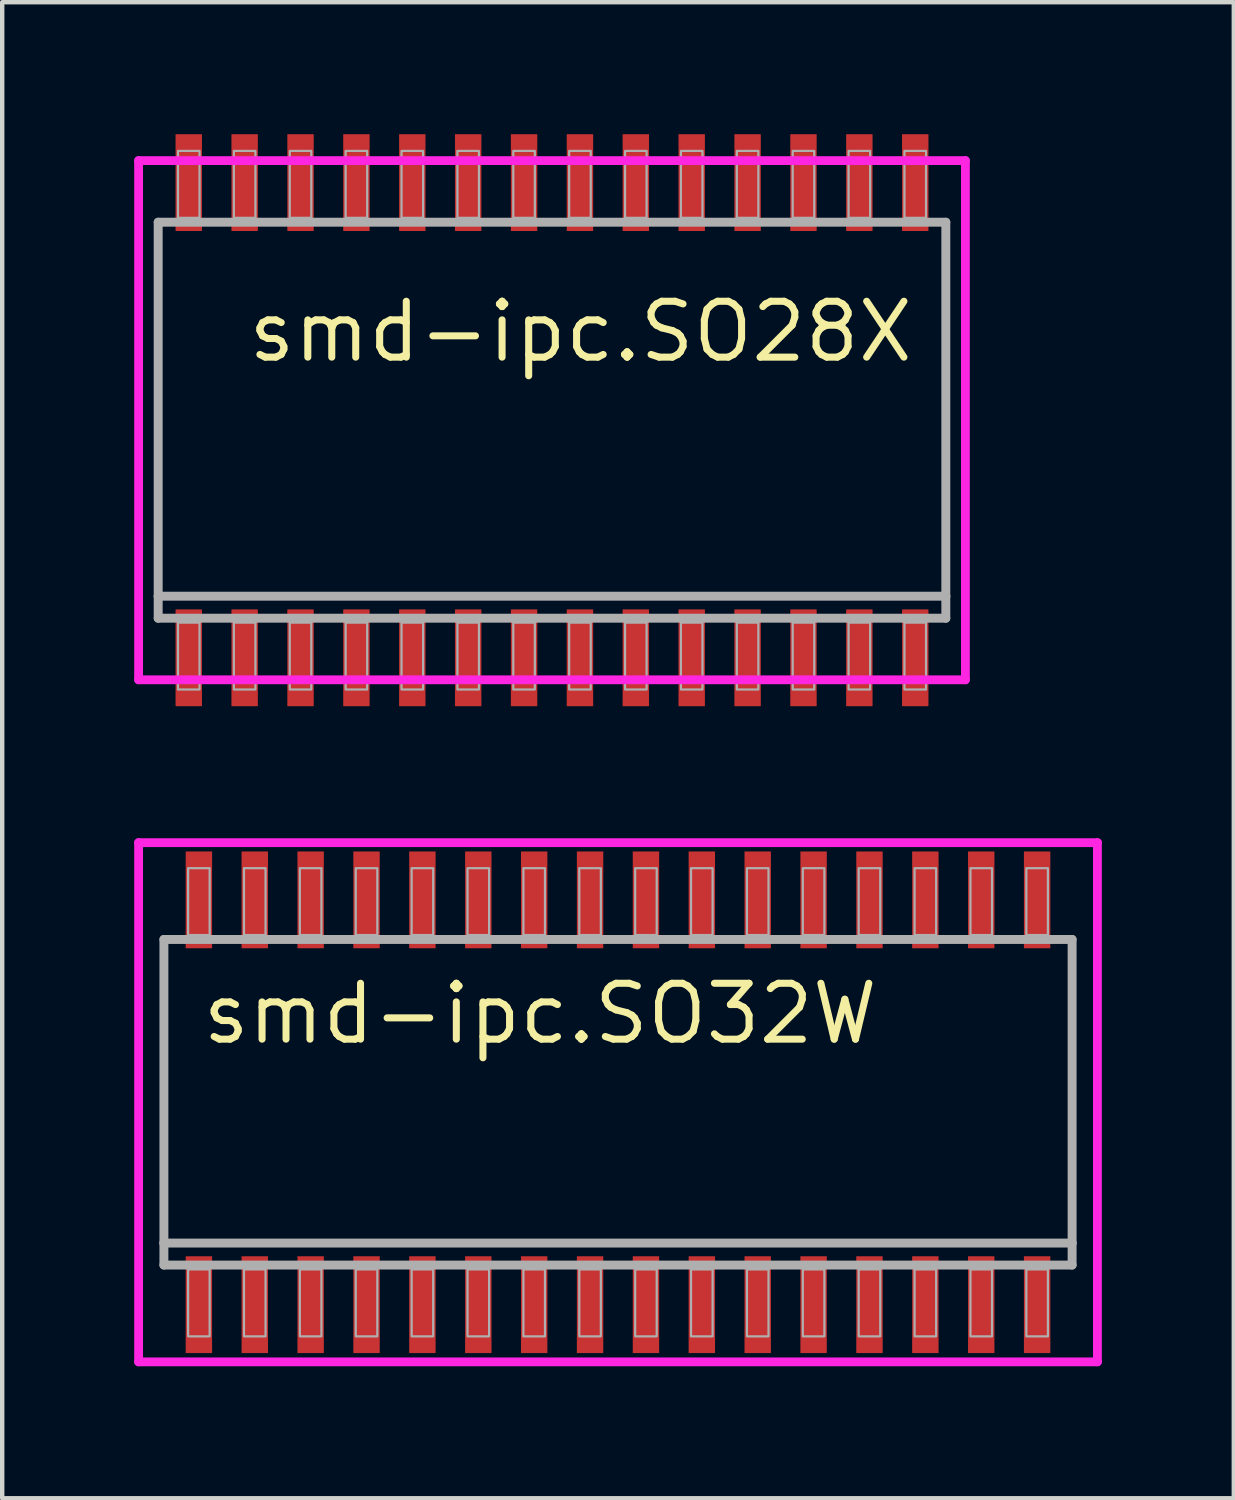
<source format=kicad_pcb>
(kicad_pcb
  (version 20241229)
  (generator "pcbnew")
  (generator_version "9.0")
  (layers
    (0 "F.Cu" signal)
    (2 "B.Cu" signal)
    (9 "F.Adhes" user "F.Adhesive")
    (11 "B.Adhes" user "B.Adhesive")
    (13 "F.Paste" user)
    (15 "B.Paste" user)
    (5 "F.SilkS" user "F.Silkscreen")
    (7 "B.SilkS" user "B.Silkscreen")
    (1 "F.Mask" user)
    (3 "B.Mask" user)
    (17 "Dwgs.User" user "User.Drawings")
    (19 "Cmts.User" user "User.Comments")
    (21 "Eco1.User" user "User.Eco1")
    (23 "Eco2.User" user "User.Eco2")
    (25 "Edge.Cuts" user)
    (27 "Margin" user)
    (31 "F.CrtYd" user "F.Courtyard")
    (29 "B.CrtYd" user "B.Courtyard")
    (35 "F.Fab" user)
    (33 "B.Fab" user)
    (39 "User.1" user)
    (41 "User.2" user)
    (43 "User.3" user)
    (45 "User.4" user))
  (footprint "smd-ipc.SO32W"
    (layer "F.Cu")
    (at 10.995 22)
    (property "Reference" "smd-ipc.SO32W" (at -9.525 -1.27 0) (layer "F.SilkS") (effects (font (size 1.27 1.27) (thickness 0.16)) (justify left bottom)))
    (attr smd)
    (fp_line (start -10.895 -5.9) (end 10.895 -5.9) (stroke (width 0.2) (type default)) (layer "F.CrtYd"))
    (fp_line (start -10.895 5.9) (end -10.895 -5.9) (stroke (width 0.2) (type default)) (layer "F.CrtYd"))
    (fp_line (start 10.895 -5.9) (end 10.895 5.9) (stroke (width 0.2) (type default)) (layer "F.CrtYd"))
    (fp_line (start 10.895 5.9) (end -10.895 5.9) (stroke (width 0.2) (type default)) (layer "F.CrtYd"))
    (fp_line (start -10.32 -3.7) (end 10.32 -3.7) (stroke (width 0.203) (type default)) (layer "F.Fab"))
    (fp_line (start -10.32 3.2) (end -10.32 -3.7) (stroke (width 0.203) (type default)) (layer "F.Fab"))
    (fp_line (start -10.32 3.7) (end -10.32 3.2) (stroke (width 0.203) (type default)) (layer "F.Fab"))
    (fp_line (start 10.32 -3.7) (end 10.32 3.2) (stroke (width 0.203) (type default)) (layer "F.Fab"))
    (fp_line (start 10.32 3.2) (end -10.32 3.2) (stroke (width 0.203) (type default)) (layer "F.Fab"))
    (fp_line (start 10.32 3.2) (end 10.32 3.7) (stroke (width 0.203) (type default)) (layer "F.Fab"))
    (fp_line (start 10.32 3.7) (end -10.32 3.7) (stroke (width 0.203) (type default)) (layer "F.Fab"))
    (fp_rect (start -9.77 -3.8) (end -9.28 -5.32) (stroke (width 0.05) (type default)) (fill no) (layer "F.Fab"))
    (fp_rect (start -9.77 5.32) (end -9.28 3.8) (stroke (width 0.05) (type default)) (fill no) (layer "F.Fab"))
    (fp_rect (start -8.5 -3.8) (end -8.01 -5.32) (stroke (width 0.05) (type default)) (fill no) (layer "F.Fab"))
    (fp_rect (start -8.5 5.32) (end -8.01 3.8) (stroke (width 0.05) (type default)) (fill no) (layer "F.Fab"))
    (fp_rect (start -7.23 -3.8) (end -6.74 -5.32) (stroke (width 0.05) (type default)) (fill no) (layer "F.Fab"))
    (fp_rect (start -7.23 5.32) (end -6.74 3.8) (stroke (width 0.05) (type default)) (fill no) (layer "F.Fab"))
    (fp_rect (start -5.96 -3.8) (end -5.47 -5.32) (stroke (width 0.05) (type default)) (fill no) (layer "F.Fab"))
    (fp_rect (start -5.96 5.32) (end -5.47 3.8) (stroke (width 0.05) (type default)) (fill no) (layer "F.Fab"))
    (fp_rect (start -4.69 -3.8) (end -4.2 -5.32) (stroke (width 0.05) (type default)) (fill no) (layer "F.Fab"))
    (fp_rect (start -4.69 5.32) (end -4.2 3.8) (stroke (width 0.05) (type default)) (fill no) (layer "F.Fab"))
    (fp_rect (start -3.42 -3.8) (end -2.93 -5.32) (stroke (width 0.05) (type default)) (fill no) (layer "F.Fab"))
    (fp_rect (start -3.42 5.32) (end -2.93 3.8) (stroke (width 0.05) (type default)) (fill no) (layer "F.Fab"))
    (fp_rect (start -2.15 -3.8) (end -1.66 -5.32) (stroke (width 0.05) (type default)) (fill no) (layer "F.Fab"))
    (fp_rect (start -2.15 5.32) (end -1.66 3.8) (stroke (width 0.05) (type default)) (fill no) (layer "F.Fab"))
    (fp_rect (start -0.88 -3.8) (end -0.39 -5.32) (stroke (width 0.05) (type default)) (fill no) (layer "F.Fab"))
    (fp_rect (start -0.88 5.32) (end -0.39 3.8) (stroke (width 0.05) (type default)) (fill no) (layer "F.Fab"))
    (fp_rect (start 0.39 -3.8) (end 0.88 -5.32) (stroke (width 0.05) (type default)) (fill no) (layer "F.Fab"))
    (fp_rect (start 0.39 5.32) (end 0.88 3.8) (stroke (width 0.05) (type default)) (fill no) (layer "F.Fab"))
    (fp_rect (start 1.66 -3.8) (end 2.15 -5.32) (stroke (width 0.05) (type default)) (fill no) (layer "F.Fab"))
    (fp_rect (start 1.66 5.32) (end 2.15 3.8) (stroke (width 0.05) (type default)) (fill no) (layer "F.Fab"))
    (fp_rect (start 2.93 -3.8) (end 3.42 -5.32) (stroke (width 0.05) (type default)) (fill no) (layer "F.Fab"))
    (fp_rect (start 2.93 5.32) (end 3.42 3.8) (stroke (width 0.05) (type default)) (fill no) (layer "F.Fab"))
    (fp_rect (start 4.2 -3.8) (end 4.69 -5.32) (stroke (width 0.05) (type default)) (fill no) (layer "F.Fab"))
    (fp_rect (start 4.2 5.32) (end 4.69 3.8) (stroke (width 0.05) (type default)) (fill no) (layer "F.Fab"))
    (fp_rect (start 5.47 -3.8) (end 5.96 -5.32) (stroke (width 0.05) (type default)) (fill no) (layer "F.Fab"))
    (fp_rect (start 5.47 5.32) (end 5.96 3.8) (stroke (width 0.05) (type default)) (fill no) (layer "F.Fab"))
    (fp_rect (start 6.74 -3.8) (end 7.23 -5.32) (stroke (width 0.05) (type default)) (fill no) (layer "F.Fab"))
    (fp_rect (start 6.74 5.32) (end 7.23 3.8) (stroke (width 0.05) (type default)) (fill no) (layer "F.Fab"))
    (fp_rect (start 8.01 -3.8) (end 8.5 -5.32) (stroke (width 0.05) (type default)) (fill no) (layer "F.Fab"))
    (fp_rect (start 8.01 5.32) (end 8.5 3.8) (stroke (width 0.05) (type default)) (fill no) (layer "F.Fab"))
    (fp_rect (start 9.28 -3.8) (end 9.77 -5.32) (stroke (width 0.05) (type default)) (fill no) (layer "F.Fab"))
    (fp_rect (start 9.28 5.32) (end 9.77 3.8) (stroke (width 0.05) (type default)) (fill no) (layer "F.Fab"))
    (pad "1" smd roundrect (at -9.525 4.6) (size 0.6 2.2) (layers "F.Cu" "F.Mask" "F.Paste") (roundrect_rratio 0.01))
    (pad "2" smd roundrect (at -8.255 4.6) (size 0.6 2.2) (layers "F.Cu" "F.Mask" "F.Paste") (roundrect_rratio 0.01))
    (pad "3" smd roundrect (at -6.985 4.6) (size 0.6 2.2) (layers "F.Cu" "F.Mask" "F.Paste") (roundrect_rratio 0.01))
    (pad "4" smd roundrect (at -5.715 4.6) (size 0.6 2.2) (layers "F.Cu" "F.Mask" "F.Paste") (roundrect_rratio 0.01))
    (pad "5" smd roundrect (at -4.445 4.6) (size 0.6 2.2) (layers "F.Cu" "F.Mask" "F.Paste") (roundrect_rratio 0.01))
    (pad "6" smd roundrect (at -3.175 4.6) (size 0.6 2.2) (layers "F.Cu" "F.Mask" "F.Paste") (roundrect_rratio 0.01))
    (pad "7" smd roundrect (at -1.905 4.6) (size 0.6 2.2) (layers "F.Cu" "F.Mask" "F.Paste") (roundrect_rratio 0.01))
    (pad "8" smd roundrect (at -0.635 4.6) (size 0.6 2.2) (layers "F.Cu" "F.Mask" "F.Paste") (roundrect_rratio 0.01))
    (pad "9" smd roundrect (at 0.635 4.6) (size 0.6 2.2) (layers "F.Cu" "F.Mask" "F.Paste") (roundrect_rratio 0.01))
    (pad "10" smd roundrect (at 1.905 4.6) (size 0.6 2.2) (layers "F.Cu" "F.Mask" "F.Paste") (roundrect_rratio 0.01))
    (pad "11" smd roundrect (at 3.175 4.6) (size 0.6 2.2) (layers "F.Cu" "F.Mask" "F.Paste") (roundrect_rratio 0.01))
    (pad "12" smd roundrect (at 4.445 4.6) (size 0.6 2.2) (layers "F.Cu" "F.Mask" "F.Paste") (roundrect_rratio 0.01))
    (pad "13" smd roundrect (at 5.715 4.6) (size 0.6 2.2) (layers "F.Cu" "F.Mask" "F.Paste") (roundrect_rratio 0.01))
    (pad "14" smd roundrect (at 6.985 4.6) (size 0.6 2.2) (layers "F.Cu" "F.Mask" "F.Paste") (roundrect_rratio 0.01))
    (pad "15" smd roundrect (at 8.255 4.6) (size 0.6 2.2) (layers "F.Cu" "F.Mask" "F.Paste") (roundrect_rratio 0.01))
    (pad "16" smd roundrect (at 9.525 4.6) (size 0.6 2.2) (layers "F.Cu" "F.Mask" "F.Paste") (roundrect_rratio 0.01))
    (pad "17" smd roundrect (at 9.525 -4.6) (size 0.6 2.2) (layers "F.Cu" "F.Mask" "F.Paste") (roundrect_rratio 0.01))
    (pad "18" smd roundrect (at 8.255 -4.6) (size 0.6 2.2) (layers "F.Cu" "F.Mask" "F.Paste") (roundrect_rratio 0.01))
    (pad "19" smd roundrect (at 6.985 -4.6) (size 0.6 2.2) (layers "F.Cu" "F.Mask" "F.Paste") (roundrect_rratio 0.01))
    (pad "20" smd roundrect (at 5.715 -4.6) (size 0.6 2.2) (layers "F.Cu" "F.Mask" "F.Paste") (roundrect_rratio 0.01))
    (pad "21" smd roundrect (at 4.445 -4.6) (size 0.6 2.2) (layers "F.Cu" "F.Mask" "F.Paste") (roundrect_rratio 0.01))
    (pad "22" smd roundrect (at 3.175 -4.6) (size 0.6 2.2) (layers "F.Cu" "F.Mask" "F.Paste") (roundrect_rratio 0.01))
    (pad "23" smd roundrect (at 1.905 -4.6) (size 0.6 2.2) (layers "F.Cu" "F.Mask" "F.Paste") (roundrect_rratio 0.01))
    (pad "24" smd roundrect (at 0.635 -4.6) (size 0.6 2.2) (layers "F.Cu" "F.Mask" "F.Paste") (roundrect_rratio 0.01))
    (pad "25" smd roundrect (at -0.635 -4.6) (size 0.6 2.2) (layers "F.Cu" "F.Mask" "F.Paste") (roundrect_rratio 0.01))
    (pad "26" smd roundrect (at -1.905 -4.6) (size 0.6 2.2) (layers "F.Cu" "F.Mask" "F.Paste") (roundrect_rratio 0.01))
    (pad "27" smd roundrect (at -3.175 -4.6) (size 0.6 2.2) (layers "F.Cu" "F.Mask" "F.Paste") (roundrect_rratio 0.01))
    (pad "28" smd roundrect (at -4.445 -4.6) (size 0.6 2.2) (layers "F.Cu" "F.Mask" "F.Paste") (roundrect_rratio 0.01))
    (pad "29" smd roundrect (at -5.715 -4.6) (size 0.6 2.2) (layers "F.Cu" "F.Mask" "F.Paste") (roundrect_rratio 0.01))
    (pad "30" smd roundrect (at -6.985 -4.6) (size 0.6 2.2) (layers "F.Cu" "F.Mask" "F.Paste") (roundrect_rratio 0.01))
    (pad "31" smd roundrect (at -8.255 -4.6) (size 0.6 2.2) (layers "F.Cu" "F.Mask" "F.Paste") (roundrect_rratio 0.01))
    (pad "32" smd roundrect (at -9.525 -4.6) (size 0.6 2.2) (layers "F.Cu" "F.Mask" "F.Paste") (roundrect_rratio 0.01)))
  (footprint "smd-ipc.SO28X"
    (layer "F.Cu")
    (at 9.495 6.5)
    (property "Reference" "smd-ipc.SO28X" (at -6.985 -1.27 0) (layer "F.SilkS") (effects (font (size 1.27 1.27) (thickness 0.16)) (justify left bottom)))
    (attr smd)
    (fp_line (start -9.395 -5.9) (end 9.395 -5.9) (stroke (width 0.2) (type default)) (layer "F.CrtYd"))
    (fp_line (start -9.395 5.9) (end -9.395 -5.9) (stroke (width 0.2) (type default)) (layer "F.CrtYd"))
    (fp_line (start 9.395 -5.9) (end 9.395 5.9) (stroke (width 0.2) (type default)) (layer "F.CrtYd"))
    (fp_line (start 9.395 5.9) (end -9.395 5.9) (stroke (width 0.2) (type default)) (layer "F.CrtYd"))
    (fp_line (start -8.95 -4.5) (end 8.95 -4.5) (stroke (width 0.203) (type default)) (layer "F.Fab"))
    (fp_line (start -8.95 4) (end -8.95 -4.5) (stroke (width 0.203) (type default)) (layer "F.Fab"))
    (fp_line (start -8.95 4.5) (end -8.95 4) (stroke (width 0.203) (type default)) (layer "F.Fab"))
    (fp_line (start 8.95 -4.5) (end 8.95 4) (stroke (width 0.203) (type default)) (layer "F.Fab"))
    (fp_line (start 8.95 4) (end -8.95 4) (stroke (width 0.203) (type default)) (layer "F.Fab"))
    (fp_line (start 8.95 4) (end 8.95 4.5) (stroke (width 0.203) (type default)) (layer "F.Fab"))
    (fp_line (start 8.95 4.5) (end -8.95 4.5) (stroke (width 0.203) (type default)) (layer "F.Fab"))
    (fp_rect (start -8.5 -4.6) (end -8.01 -6.12) (stroke (width 0.05) (type default)) (fill no) (layer "F.Fab"))
    (fp_rect (start -8.5 6.12) (end -8.01 4.6) (stroke (width 0.05) (type default)) (fill no) (layer "F.Fab"))
    (fp_rect (start -7.23 -4.6) (end -6.74 -6.12) (stroke (width 0.05) (type default)) (fill no) (layer "F.Fab"))
    (fp_rect (start -7.23 6.12) (end -6.74 4.6) (stroke (width 0.05) (type default)) (fill no) (layer "F.Fab"))
    (fp_rect (start -5.96 -4.6) (end -5.47 -6.12) (stroke (width 0.05) (type default)) (fill no) (layer "F.Fab"))
    (fp_rect (start -5.96 6.12) (end -5.47 4.6) (stroke (width 0.05) (type default)) (fill no) (layer "F.Fab"))
    (fp_rect (start -4.69 -4.6) (end -4.2 -6.12) (stroke (width 0.05) (type default)) (fill no) (layer "F.Fab"))
    (fp_rect (start -4.69 6.12) (end -4.2 4.6) (stroke (width 0.05) (type default)) (fill no) (layer "F.Fab"))
    (fp_rect (start -3.42 -4.6) (end -2.93 -6.12) (stroke (width 0.05) (type default)) (fill no) (layer "F.Fab"))
    (fp_rect (start -3.42 6.12) (end -2.93 4.6) (stroke (width 0.05) (type default)) (fill no) (layer "F.Fab"))
    (fp_rect (start -2.15 -4.6) (end -1.66 -6.12) (stroke (width 0.05) (type default)) (fill no) (layer "F.Fab"))
    (fp_rect (start -2.15 6.12) (end -1.66 4.6) (stroke (width 0.05) (type default)) (fill no) (layer "F.Fab"))
    (fp_rect (start -0.88 -4.6) (end -0.39 -6.12) (stroke (width 0.05) (type default)) (fill no) (layer "F.Fab"))
    (fp_rect (start -0.88 6.12) (end -0.39 4.6) (stroke (width 0.05) (type default)) (fill no) (layer "F.Fab"))
    (fp_rect (start 0.39 -4.6) (end 0.88 -6.12) (stroke (width 0.05) (type default)) (fill no) (layer "F.Fab"))
    (fp_rect (start 0.39 6.12) (end 0.88 4.6) (stroke (width 0.05) (type default)) (fill no) (layer "F.Fab"))
    (fp_rect (start 1.66 -4.6) (end 2.15 -6.12) (stroke (width 0.05) (type default)) (fill no) (layer "F.Fab"))
    (fp_rect (start 1.66 6.12) (end 2.15 4.6) (stroke (width 0.05) (type default)) (fill no) (layer "F.Fab"))
    (fp_rect (start 2.93 -4.6) (end 3.42 -6.12) (stroke (width 0.05) (type default)) (fill no) (layer "F.Fab"))
    (fp_rect (start 2.93 6.12) (end 3.42 4.6) (stroke (width 0.05) (type default)) (fill no) (layer "F.Fab"))
    (fp_rect (start 4.2 -4.6) (end 4.69 -6.12) (stroke (width 0.05) (type default)) (fill no) (layer "F.Fab"))
    (fp_rect (start 4.2 6.12) (end 4.69 4.6) (stroke (width 0.05) (type default)) (fill no) (layer "F.Fab"))
    (fp_rect (start 5.47 -4.6) (end 5.96 -6.12) (stroke (width 0.05) (type default)) (fill no) (layer "F.Fab"))
    (fp_rect (start 5.47 6.12) (end 5.96 4.6) (stroke (width 0.05) (type default)) (fill no) (layer "F.Fab"))
    (fp_rect (start 6.74 -4.6) (end 7.23 -6.12) (stroke (width 0.05) (type default)) (fill no) (layer "F.Fab"))
    (fp_rect (start 6.74 6.12) (end 7.23 4.6) (stroke (width 0.05) (type default)) (fill no) (layer "F.Fab"))
    (fp_rect (start 8.01 -4.6) (end 8.5 -6.12) (stroke (width 0.05) (type default)) (fill no) (layer "F.Fab"))
    (fp_rect (start 8.01 6.12) (end 8.5 4.6) (stroke (width 0.05) (type default)) (fill no) (layer "F.Fab"))
    (pad "1" smd roundrect (at -8.255 5.4) (size 0.6 2.2) (layers "F.Cu" "F.Mask" "F.Paste") (roundrect_rratio 0.01))
    (pad "2" smd roundrect (at -6.985 5.4) (size 0.6 2.2) (layers "F.Cu" "F.Mask" "F.Paste") (roundrect_rratio 0.01))
    (pad "3" smd roundrect (at -5.715 5.4) (size 0.6 2.2) (layers "F.Cu" "F.Mask" "F.Paste") (roundrect_rratio 0.01))
    (pad "4" smd roundrect (at -4.445 5.4) (size 0.6 2.2) (layers "F.Cu" "F.Mask" "F.Paste") (roundrect_rratio 0.01))
    (pad "5" smd roundrect (at -3.175 5.4) (size 0.6 2.2) (layers "F.Cu" "F.Mask" "F.Paste") (roundrect_rratio 0.01))
    (pad "6" smd roundrect (at -1.905 5.4) (size 0.6 2.2) (layers "F.Cu" "F.Mask" "F.Paste") (roundrect_rratio 0.01))
    (pad "7" smd roundrect (at -0.635 5.4) (size 0.6 2.2) (layers "F.Cu" "F.Mask" "F.Paste") (roundrect_rratio 0.01))
    (pad "8" smd roundrect (at 0.635 5.4) (size 0.6 2.2) (layers "F.Cu" "F.Mask" "F.Paste") (roundrect_rratio 0.01))
    (pad "9" smd roundrect (at 1.905 5.4) (size 0.6 2.2) (layers "F.Cu" "F.Mask" "F.Paste") (roundrect_rratio 0.01))
    (pad "10" smd roundrect (at 3.175 5.4) (size 0.6 2.2) (layers "F.Cu" "F.Mask" "F.Paste") (roundrect_rratio 0.01))
    (pad "11" smd roundrect (at 4.445 5.4) (size 0.6 2.2) (layers "F.Cu" "F.Mask" "F.Paste") (roundrect_rratio 0.01))
    (pad "12" smd roundrect (at 5.715 5.4) (size 0.6 2.2) (layers "F.Cu" "F.Mask" "F.Paste") (roundrect_rratio 0.01))
    (pad "13" smd roundrect (at 6.985 5.4) (size 0.6 2.2) (layers "F.Cu" "F.Mask" "F.Paste") (roundrect_rratio 0.01))
    (pad "14" smd roundrect (at 8.255 5.4) (size 0.6 2.2) (layers "F.Cu" "F.Mask" "F.Paste") (roundrect_rratio 0.01))
    (pad "15" smd roundrect (at 8.255 -5.4) (size 0.6 2.2) (layers "F.Cu" "F.Mask" "F.Paste") (roundrect_rratio 0.01))
    (pad "16" smd roundrect (at 6.985 -5.4) (size 0.6 2.2) (layers "F.Cu" "F.Mask" "F.Paste") (roundrect_rratio 0.01))
    (pad "17" smd roundrect (at 5.715 -5.4) (size 0.6 2.2) (layers "F.Cu" "F.Mask" "F.Paste") (roundrect_rratio 0.01))
    (pad "18" smd roundrect (at 4.445 -5.4) (size 0.6 2.2) (layers "F.Cu" "F.Mask" "F.Paste") (roundrect_rratio 0.01))
    (pad "19" smd roundrect (at 3.175 -5.4) (size 0.6 2.2) (layers "F.Cu" "F.Mask" "F.Paste") (roundrect_rratio 0.01))
    (pad "20" smd roundrect (at 1.905 -5.4) (size 0.6 2.2) (layers "F.Cu" "F.Mask" "F.Paste") (roundrect_rratio 0.01))
    (pad "21" smd roundrect (at 0.635 -5.4) (size 0.6 2.2) (layers "F.Cu" "F.Mask" "F.Paste") (roundrect_rratio 0.01))
    (pad "22" smd roundrect (at -0.635 -5.4) (size 0.6 2.2) (layers "F.Cu" "F.Mask" "F.Paste") (roundrect_rratio 0.01))
    (pad "23" smd roundrect (at -1.905 -5.4) (size 0.6 2.2) (layers "F.Cu" "F.Mask" "F.Paste") (roundrect_rratio 0.01))
    (pad "24" smd roundrect (at -3.175 -5.4) (size 0.6 2.2) (layers "F.Cu" "F.Mask" "F.Paste") (roundrect_rratio 0.01))
    (pad "25" smd roundrect (at -4.445 -5.4) (size 0.6 2.2) (layers "F.Cu" "F.Mask" "F.Paste") (roundrect_rratio 0.01))
    (pad "26" smd roundrect (at -5.715 -5.4) (size 0.6 2.2) (layers "F.Cu" "F.Mask" "F.Paste") (roundrect_rratio 0.01))
    (pad "27" smd roundrect (at -6.985 -5.4) (size 0.6 2.2) (layers "F.Cu" "F.Mask" "F.Paste") (roundrect_rratio 0.01))
    (pad "28" smd roundrect (at -8.255 -5.4) (size 0.6 2.2) (layers "F.Cu" "F.Mask" "F.Paste") (roundrect_rratio 0.01)))
  (gr_rect
    (start -3 -3)
    (end 24.99 31)
    (stroke (width 0.1) (type default))
    (fill no)
    (layer "Edge.Cuts")))
</source>
